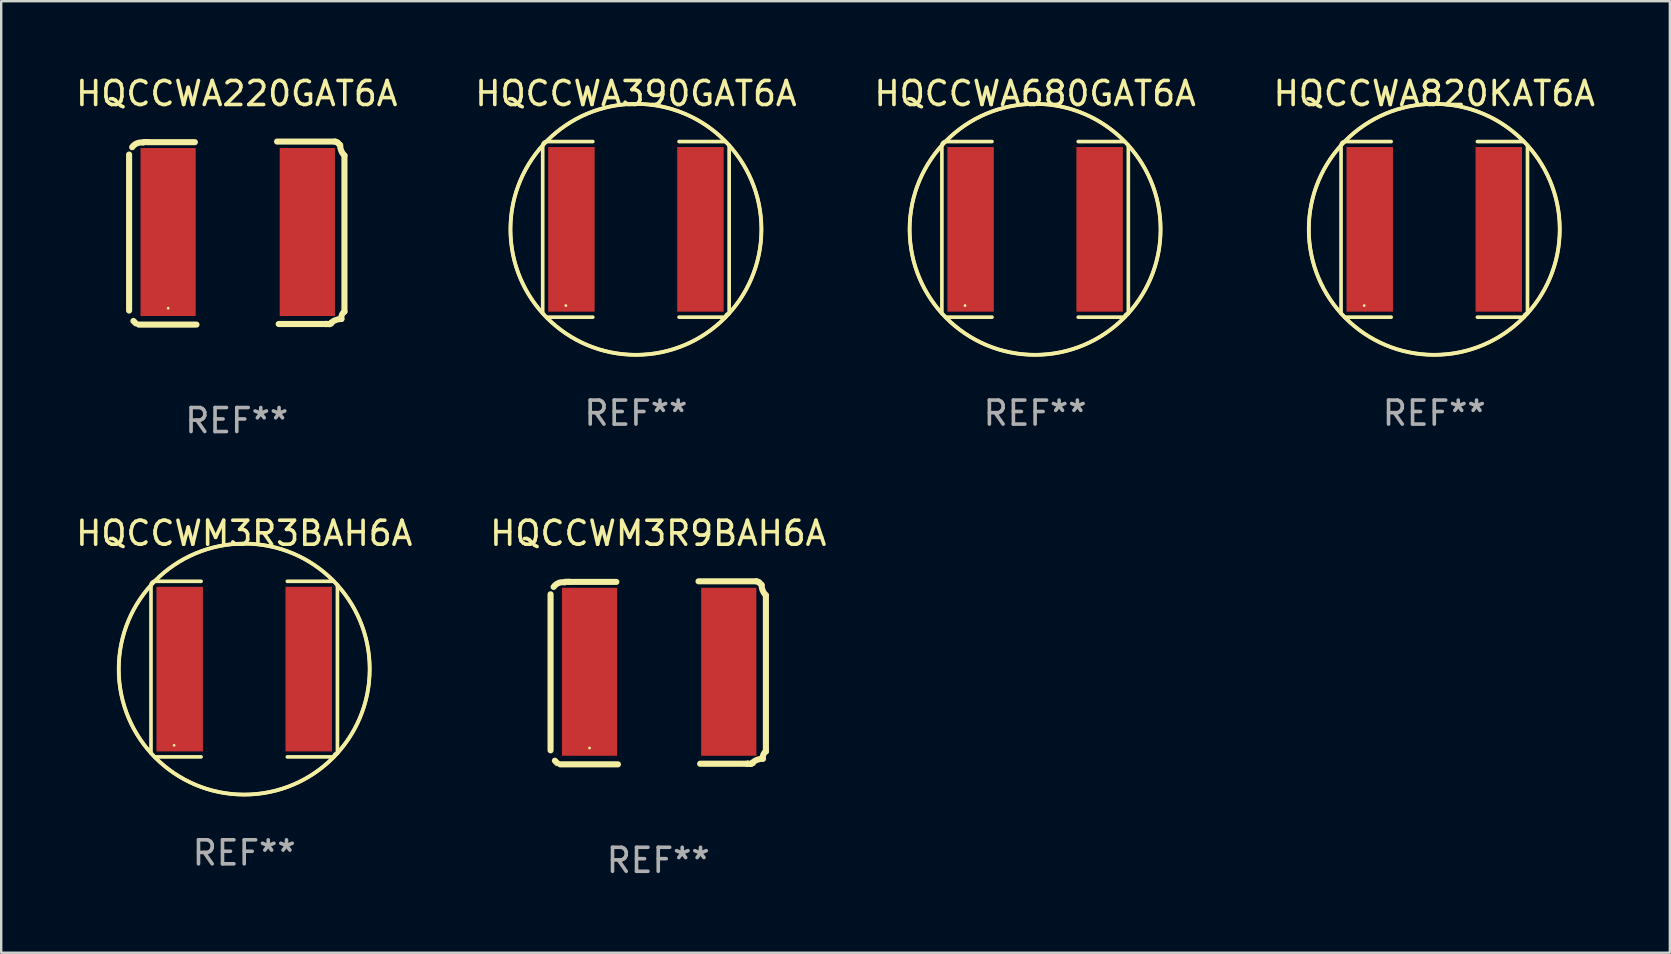
<source format=kicad_pcb>
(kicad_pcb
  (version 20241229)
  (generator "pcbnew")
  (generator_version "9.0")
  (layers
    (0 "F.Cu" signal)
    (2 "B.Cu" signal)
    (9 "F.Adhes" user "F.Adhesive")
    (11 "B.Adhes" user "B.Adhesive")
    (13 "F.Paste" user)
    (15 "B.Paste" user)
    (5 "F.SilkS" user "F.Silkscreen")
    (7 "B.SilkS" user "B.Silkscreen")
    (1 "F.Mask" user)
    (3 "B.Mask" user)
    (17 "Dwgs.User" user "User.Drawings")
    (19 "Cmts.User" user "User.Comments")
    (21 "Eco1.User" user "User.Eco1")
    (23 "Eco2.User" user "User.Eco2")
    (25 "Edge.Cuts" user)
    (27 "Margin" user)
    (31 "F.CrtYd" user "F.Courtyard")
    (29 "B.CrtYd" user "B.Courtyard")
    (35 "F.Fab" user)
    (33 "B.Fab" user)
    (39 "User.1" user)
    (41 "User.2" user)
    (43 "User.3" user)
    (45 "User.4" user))
  (footprint "HQCCWA220GAT6A"
    (layer "F.Cu")
    (at 6.815 6.661)
    (property "Reference" "HQCCWA220GAT6A" (at 0 -5.813 0) (layer "F.SilkS") (effects (font (size 1 1) (thickness 0.15))))
    (attr through_hole)
    (fp_line (start -4.486 -3.272) (end -4.486 3.229) (stroke (width 0.254) (type solid)) (layer "F.SilkS"))
    (fp_line (start -4.306 3.662) (end -4.207 3.762) (stroke (width 0.254) (type solid)) (layer "F.SilkS"))
    (fp_line (start -4.084 3.813) (end -1.679 3.813) (stroke (width 0.254) (type solid)) (layer "F.SilkS"))
    (fp_line (start -3.867 -3.793) (end -3.71 -3.793) (stroke (width 0.254) (type solid)) (layer "F.SilkS"))
    (fp_line (start -3.722 -3.788) (end -1.746 -3.788) (stroke (width 0.254) (type solid)) (layer "F.SilkS"))
    (fp_line (start 3.722 3.788) (end 1.746 3.788) (stroke (width 0.254) (type solid)) (layer "F.SilkS"))
    (fp_line (start 3.867 3.793) (end 3.71 3.793) (stroke (width 0.254) (type solid)) (layer "F.SilkS"))
    (fp_line (start 4.084 -3.813) (end 1.679 -3.813) (stroke (width 0.254) (type solid)) (layer "F.SilkS"))
    (fp_line (start 4.306 -3.662) (end 4.207 -3.762) (stroke (width 0.254) (type solid)) (layer "F.SilkS"))
    (fp_line (start 4.486 3.272) (end 4.486 -3.229) (stroke (width 0.254) (type solid)) (layer "F.SilkS"))
    (fp_arc (start -4.358992 -3.578563) (mid -4.156557 -3.740265) (end -3.899073 -3.769063) (stroke (width 0.254001) (type solid)) (layer "F.SilkS"))
    (fp_arc (start 3.721856 3.787782) (mid 3.728978 3.782092) (end 3.738037 3.781077) (stroke (width 0.254001) (type solid)) (layer "F.SilkS"))
    (fp_arc (start 3.867373 3.792659) (mid 3.900142 3.766484) (end 3.941821 3.761824) (stroke (width 0.254001) (type solid)) (layer "F.SilkS"))
    (fp_arc (start 3.899073 3.769063) (mid 4.110086 3.628071) (end 4.358992 3.578563) (stroke (width 0.254001) (type solid)) (layer "F.SilkS"))
    (fp_arc (start 4.08396 -3.812852) (mid 4.150327 -3.799647) (end 4.206591 -3.762052) (stroke (width 0.254001) (type solid)) (layer "F.SilkS"))
    (fp_arc (start 4.358992 3.578562) (mid 4.378192 3.406911) (end 4.485992 3.271959) (stroke (width 0.254001) (type solid)) (layer "F.SilkS"))
    (fp_arc (start 4.485992 -3.228651) (mid 4.353065 -3.42759) (end 4.306388 -3.662255) (stroke (width 0.254001) (type solid)) (layer "F.SilkS"))
    (fp_circle (center -2.861 3.131) (end -2.831 3.131) (stroke (width 0.06) (type solid)) (fill no) (layer "F.SilkS"))
    (fp_text user "REF**" (at 0 7.813 0) (layer "F.Fab") (effects (font (size 1 1) (thickness 0.15))))
    (pad "1" smd rect (at -2.861 -0.044) (size 2.3 7) (layers "F.Cu" "F.Mask" "F.Paste"))
    (pad "2" smd rect (at 2.939 -0.044) (size 2.3 7) (layers "F.Cu" "F.Mask" "F.Paste")))
  (footprint "HQCCWA390GAT6A"
    (layer "F.Cu")
    (at 23.446 6.506)
    (property "Reference" "HQCCWA390GAT6A" (at 0 -5.658 0) (layer "F.SilkS") (effects (font (size 1 1) (thickness 0.15))))
    (attr through_hole)
    (fp_line (start -3.884 -3.505) (end -3.884 3.505) (stroke (width 0.152) (type solid)) (layer "F.SilkS"))
    (fp_line (start -3.731 3.658) (end -1.796 3.658) (stroke (width 0.152) (type solid)) (layer "F.SilkS"))
    (fp_line (start -1.796 -3.658) (end -3.731 -3.658) (stroke (width 0.152) (type solid)) (layer "F.SilkS"))
    (fp_line (start 1.796 -3.658) (end 3.731 -3.658) (stroke (width 0.152) (type solid)) (layer "F.SilkS"))
    (fp_line (start 3.731 3.658) (end 1.796 3.658) (stroke (width 0.152) (type solid)) (layer "F.SilkS"))
    (fp_line (start 3.884 -3.505) (end 3.884 3.505) (stroke (width 0.152) (type solid)) (layer "F.SilkS"))
    (fp_arc (start -3.8836 -3.505199) (mid -3.838963 -3.612963) (end -3.731199 -3.6576) (stroke (width 0.1524) (type solid)) (layer "F.SilkS"))
    (fp_arc (start -3.883599 3.505199) (mid 3.883577 -3.505177) (end -3.883599 3.505199) (stroke (width 0.1524) (type solid)) (layer "F.SilkS"))
    (fp_arc (start 3.731198 3.6576) (mid 3.775835 3.549836) (end 3.883599 3.505199) (stroke (width 0.1524) (type solid)) (layer "F.SilkS"))
    (fp_arc (start 3.731199 -3.6576) (mid -3.731221 3.657622) (end 3.731199 -3.6576) (stroke (width 0.1524) (type solid)) (layer "F.SilkS"))
    (fp_circle (center -2.92 3.175) (end -2.89 3.175) (stroke (width 0.06) (type solid)) (fill no) (layer "F.SilkS"))
    (fp_text user "REF**" (at 0 7.658 0) (layer "F.Fab") (effects (font (size 1 1) (thickness 0.15))))
    (pad "1" smd rect (at -2.688 0) (size 1.935 6.858) (layers "F.Cu" "F.Mask" "F.Paste"))
    (pad "2" smd rect (at 2.688 0) (size 1.935 6.858) (layers "F.Cu" "F.Mask" "F.Paste")))
  (footprint "HQCCWM3R3BAH6A"
    (layer "F.Cu")
    (at 7.125 24.828)
    (property "Reference" "HQCCWM3R3BAH6A" (at 0 -5.658 0) (layer "F.SilkS") (effects (font (size 1 1) (thickness 0.15))))
    (attr through_hole)
    (fp_line (start -3.884 -3.505) (end -3.884 3.505) (stroke (width 0.152) (type solid)) (layer "F.SilkS"))
    (fp_line (start -3.731 3.658) (end -1.796 3.658) (stroke (width 0.152) (type solid)) (layer "F.SilkS"))
    (fp_line (start -1.796 -3.658) (end -3.731 -3.658) (stroke (width 0.152) (type solid)) (layer "F.SilkS"))
    (fp_line (start 1.796 -3.658) (end 3.731 -3.658) (stroke (width 0.152) (type solid)) (layer "F.SilkS"))
    (fp_line (start 3.731 3.658) (end 1.796 3.658) (stroke (width 0.152) (type solid)) (layer "F.SilkS"))
    (fp_line (start 3.884 -3.505) (end 3.884 3.505) (stroke (width 0.152) (type solid)) (layer "F.SilkS"))
    (fp_arc (start -3.8836 -3.505199) (mid -3.838963 -3.612963) (end -3.731199 -3.6576) (stroke (width 0.1524) (type solid)) (layer "F.SilkS"))
    (fp_arc (start -3.883599 3.505199) (mid 3.883577 -3.505177) (end -3.883599 3.505199) (stroke (width 0.1524) (type solid)) (layer "F.SilkS"))
    (fp_arc (start 3.731198 3.6576) (mid 3.775835 3.549836) (end 3.883599 3.505199) (stroke (width 0.1524) (type solid)) (layer "F.SilkS"))
    (fp_arc (start 3.731199 -3.6576) (mid -3.731221 3.657622) (end 3.731199 -3.6576) (stroke (width 0.1524) (type solid)) (layer "F.SilkS"))
    (fp_circle (center -2.92 3.175) (end -2.89 3.175) (stroke (width 0.06) (type solid)) (fill no) (layer "F.SilkS"))
    (fp_text user "REF**" (at 0 7.658 0) (layer "F.Fab") (effects (font (size 1 1) (thickness 0.15))))
    (pad "1" smd rect (at -2.688 0) (size 1.935 6.858) (layers "F.Cu" "F.Mask" "F.Paste"))
    (pad "2" smd rect (at 2.688 0) (size 1.935 6.858) (layers "F.Cu" "F.Mask" "F.Paste")))
  (footprint "HQCCWA680GAT6A"
    (layer "F.Cu")
    (at 40.077 6.506)
    (property "Reference" "HQCCWA680GAT6A" (at 0 -5.658 0) (layer "F.SilkS") (effects (font (size 1 1) (thickness 0.15))))
    (attr through_hole)
    (fp_line (start -3.884 -3.505) (end -3.884 3.505) (stroke (width 0.152) (type solid)) (layer "F.SilkS"))
    (fp_line (start -3.731 3.658) (end -1.796 3.658) (stroke (width 0.152) (type solid)) (layer "F.SilkS"))
    (fp_line (start -1.796 -3.658) (end -3.731 -3.658) (stroke (width 0.152) (type solid)) (layer "F.SilkS"))
    (fp_line (start 1.796 -3.658) (end 3.731 -3.658) (stroke (width 0.152) (type solid)) (layer "F.SilkS"))
    (fp_line (start 3.731 3.658) (end 1.796 3.658) (stroke (width 0.152) (type solid)) (layer "F.SilkS"))
    (fp_line (start 3.884 -3.505) (end 3.884 3.505) (stroke (width 0.152) (type solid)) (layer "F.SilkS"))
    (fp_arc (start -3.8836 -3.505199) (mid -3.838963 -3.612963) (end -3.731199 -3.6576) (stroke (width 0.1524) (type solid)) (layer "F.SilkS"))
    (fp_arc (start -3.883599 3.505199) (mid 3.883577 -3.505177) (end -3.883599 3.505199) (stroke (width 0.1524) (type solid)) (layer "F.SilkS"))
    (fp_arc (start 3.731198 3.6576) (mid 3.775835 3.549836) (end 3.883599 3.505199) (stroke (width 0.1524) (type solid)) (layer "F.SilkS"))
    (fp_arc (start 3.731199 -3.6576) (mid -3.731221 3.657622) (end 3.731199 -3.6576) (stroke (width 0.1524) (type solid)) (layer "F.SilkS"))
    (fp_circle (center -2.92 3.175) (end -2.89 3.175) (stroke (width 0.06) (type solid)) (fill no) (layer "F.SilkS"))
    (fp_text user "REF**" (at 0 7.658 0) (layer "F.Fab") (effects (font (size 1 1) (thickness 0.15))))
    (pad "1" smd rect (at -2.688 0) (size 1.935 6.858) (layers "F.Cu" "F.Mask" "F.Paste"))
    (pad "2" smd rect (at 2.688 0) (size 1.935 6.858) (layers "F.Cu" "F.Mask" "F.Paste")))
  (footprint "HQCCWA820KAT6A"
    (layer "F.Cu")
    (at 56.708 6.506)
    (property "Reference" "HQCCWA820KAT6A" (at 0 -5.658 0) (layer "F.SilkS") (effects (font (size 1 1) (thickness 0.15))))
    (attr through_hole)
    (fp_line (start -3.884 -3.505) (end -3.884 3.505) (stroke (width 0.152) (type solid)) (layer "F.SilkS"))
    (fp_line (start -3.731 3.658) (end -1.796 3.658) (stroke (width 0.152) (type solid)) (layer "F.SilkS"))
    (fp_line (start -1.796 -3.658) (end -3.731 -3.658) (stroke (width 0.152) (type solid)) (layer "F.SilkS"))
    (fp_line (start 1.796 -3.658) (end 3.731 -3.658) (stroke (width 0.152) (type solid)) (layer "F.SilkS"))
    (fp_line (start 3.731 3.658) (end 1.796 3.658) (stroke (width 0.152) (type solid)) (layer "F.SilkS"))
    (fp_line (start 3.884 -3.505) (end 3.884 3.505) (stroke (width 0.152) (type solid)) (layer "F.SilkS"))
    (fp_arc (start -3.8836 -3.505199) (mid -3.838963 -3.612963) (end -3.731199 -3.6576) (stroke (width 0.1524) (type solid)) (layer "F.SilkS"))
    (fp_arc (start -3.883599 3.505199) (mid 3.883577 -3.505177) (end -3.883599 3.505199) (stroke (width 0.1524) (type solid)) (layer "F.SilkS"))
    (fp_arc (start 3.731198 3.6576) (mid 3.775835 3.549836) (end 3.883599 3.505199) (stroke (width 0.1524) (type solid)) (layer "F.SilkS"))
    (fp_arc (start 3.731199 -3.6576) (mid -3.731221 3.657622) (end 3.731199 -3.6576) (stroke (width 0.1524) (type solid)) (layer "F.SilkS"))
    (fp_circle (center -2.92 3.175) (end -2.89 3.175) (stroke (width 0.06) (type solid)) (fill no) (layer "F.SilkS"))
    (fp_text user "REF**" (at 0 7.658 0) (layer "F.Fab") (effects (font (size 1 1) (thickness 0.15))))
    (pad "1" smd rect (at -2.688 0) (size 1.935 6.858) (layers "F.Cu" "F.Mask" "F.Paste"))
    (pad "2" smd rect (at 2.688 0) (size 1.935 6.858) (layers "F.Cu" "F.Mask" "F.Paste")))
  (footprint "HQCCWM3R9BAH6A"
    (layer "F.Cu")
    (at 24.375 24.983)
    (property "Reference" "HQCCWM3R9BAH6A" (at 0 -5.813 0) (layer "F.SilkS") (effects (font (size 1 1) (thickness 0.15))))
    (attr through_hole)
    (fp_line (start -4.486 -3.272) (end -4.486 3.229) (stroke (width 0.254) (type solid)) (layer "F.SilkS"))
    (fp_line (start -4.306 3.662) (end -4.207 3.762) (stroke (width 0.254) (type solid)) (layer "F.SilkS"))
    (fp_line (start -4.084 3.813) (end -1.679 3.813) (stroke (width 0.254) (type solid)) (layer "F.SilkS"))
    (fp_line (start -3.867 -3.793) (end -3.71 -3.793) (stroke (width 0.254) (type solid)) (layer "F.SilkS"))
    (fp_line (start -3.722 -3.788) (end -1.746 -3.788) (stroke (width 0.254) (type solid)) (layer "F.SilkS"))
    (fp_line (start 3.722 3.788) (end 1.746 3.788) (stroke (width 0.254) (type solid)) (layer "F.SilkS"))
    (fp_line (start 3.867 3.793) (end 3.71 3.793) (stroke (width 0.254) (type solid)) (layer "F.SilkS"))
    (fp_line (start 4.084 -3.813) (end 1.679 -3.813) (stroke (width 0.254) (type solid)) (layer "F.SilkS"))
    (fp_line (start 4.306 -3.662) (end 4.207 -3.762) (stroke (width 0.254) (type solid)) (layer "F.SilkS"))
    (fp_line (start 4.486 3.272) (end 4.486 -3.229) (stroke (width 0.254) (type solid)) (layer "F.SilkS"))
    (fp_arc (start -4.358992 -3.578563) (mid -4.156557 -3.740265) (end -3.899073 -3.769063) (stroke (width 0.254001) (type solid)) (layer "F.SilkS"))
    (fp_arc (start 3.721856 3.787782) (mid 3.728978 3.782092) (end 3.738037 3.781077) (stroke (width 0.254001) (type solid)) (layer "F.SilkS"))
    (fp_arc (start 3.867373 3.792659) (mid 3.900142 3.766484) (end 3.941821 3.761824) (stroke (width 0.254001) (type solid)) (layer "F.SilkS"))
    (fp_arc (start 3.899073 3.769063) (mid 4.110086 3.628071) (end 4.358992 3.578563) (stroke (width 0.254001) (type solid)) (layer "F.SilkS"))
    (fp_arc (start 4.08396 -3.812852) (mid 4.150327 -3.799647) (end 4.206591 -3.762052) (stroke (width 0.254001) (type solid)) (layer "F.SilkS"))
    (fp_arc (start 4.358992 3.578562) (mid 4.378192 3.406911) (end 4.485992 3.271959) (stroke (width 0.254001) (type solid)) (layer "F.SilkS"))
    (fp_arc (start 4.485992 -3.228651) (mid 4.353065 -3.42759) (end 4.306388 -3.662255) (stroke (width 0.254001) (type solid)) (layer "F.SilkS"))
    (fp_circle (center -2.861 3.131) (end -2.831 3.131) (stroke (width 0.06) (type solid)) (fill no) (layer "F.SilkS"))
    (fp_text user "REF**" (at 0 7.813 0) (layer "F.Fab") (effects (font (size 1 1) (thickness 0.15))))
    (pad "1" smd rect (at -2.861 -0.044) (size 2.3 7) (layers "F.Cu" "F.Mask" "F.Paste"))
    (pad "2" smd rect (at 2.939 -0.044) (size 2.3 7) (layers "F.Cu" "F.Mask" "F.Paste")))
  (gr_rect
    (start -3 -3)
    (end 66.524 36.644)
    (stroke (width 0.1) (type default))
    (fill no)
    (layer "Edge.Cuts")))
</source>
